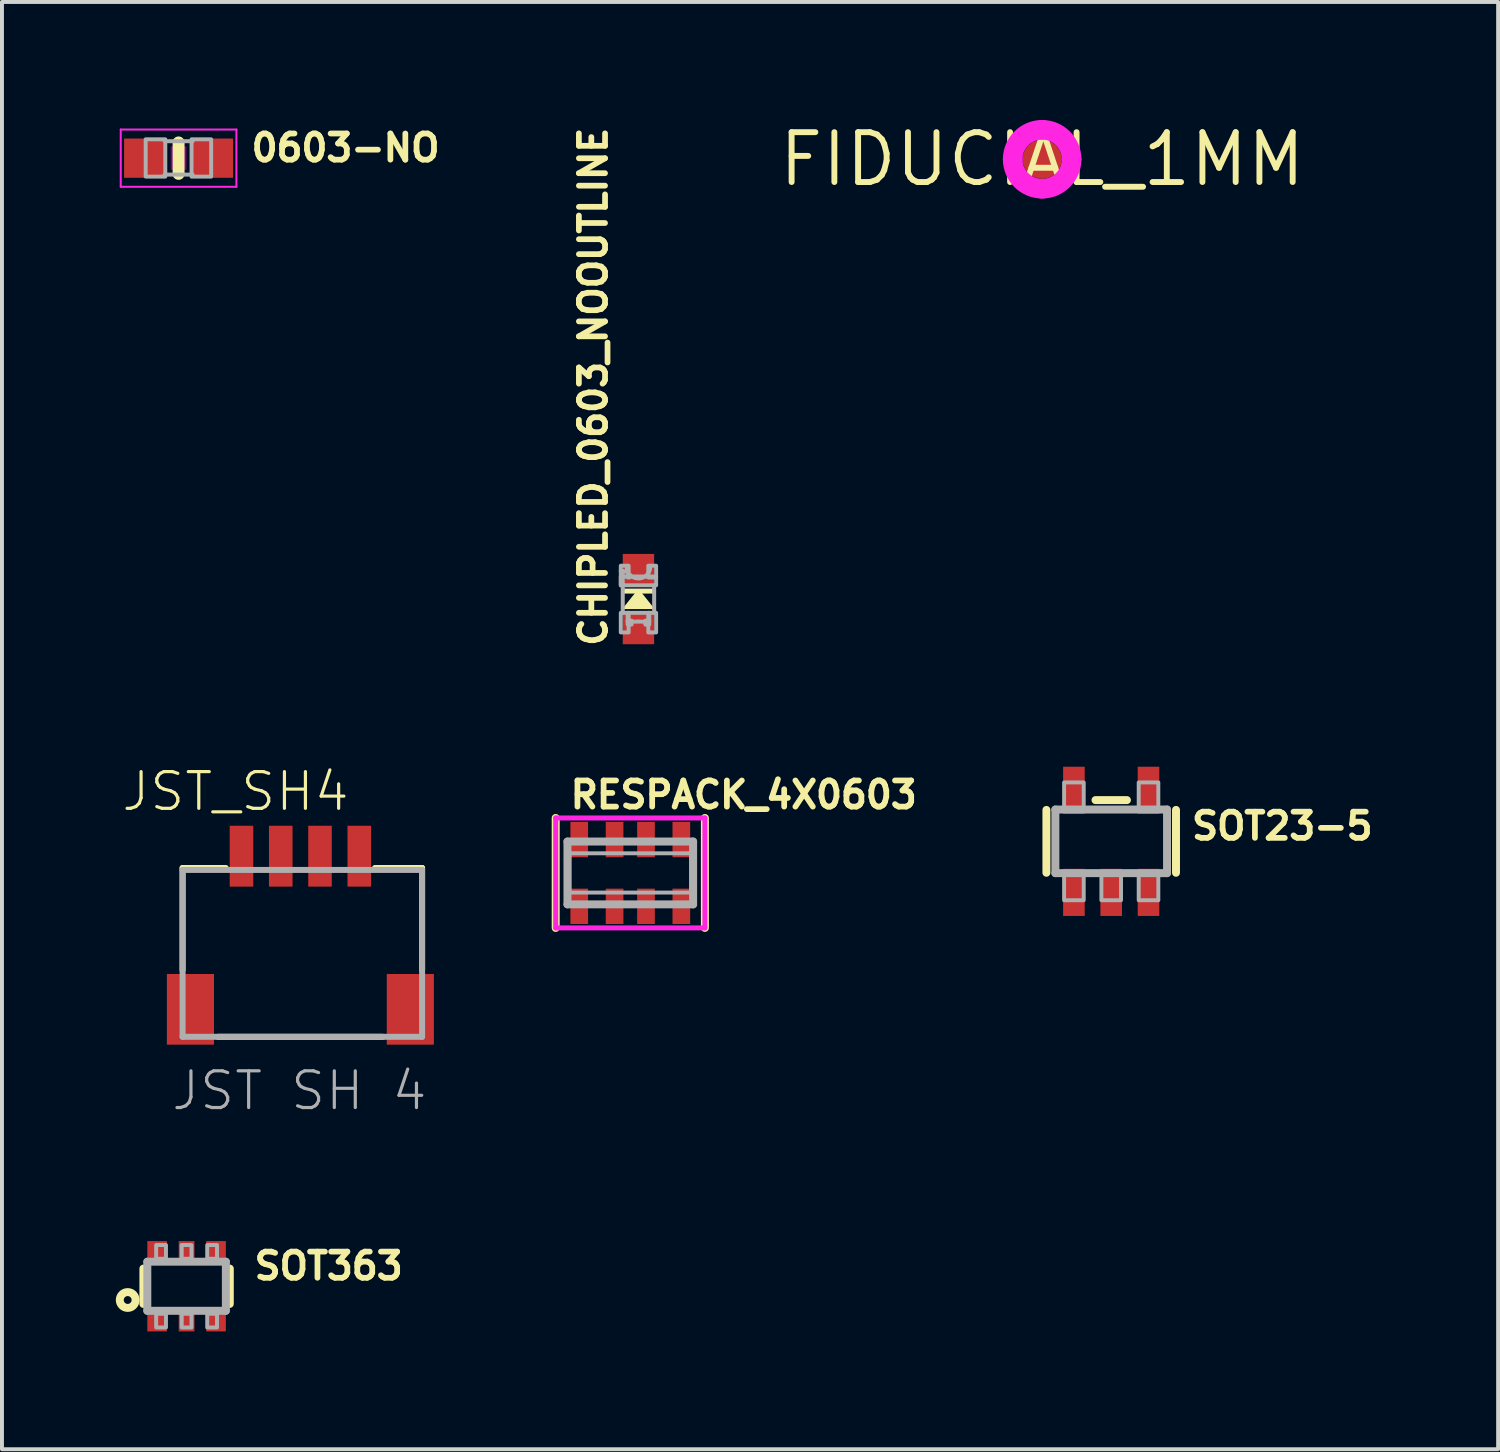
<source format=kicad_pcb>
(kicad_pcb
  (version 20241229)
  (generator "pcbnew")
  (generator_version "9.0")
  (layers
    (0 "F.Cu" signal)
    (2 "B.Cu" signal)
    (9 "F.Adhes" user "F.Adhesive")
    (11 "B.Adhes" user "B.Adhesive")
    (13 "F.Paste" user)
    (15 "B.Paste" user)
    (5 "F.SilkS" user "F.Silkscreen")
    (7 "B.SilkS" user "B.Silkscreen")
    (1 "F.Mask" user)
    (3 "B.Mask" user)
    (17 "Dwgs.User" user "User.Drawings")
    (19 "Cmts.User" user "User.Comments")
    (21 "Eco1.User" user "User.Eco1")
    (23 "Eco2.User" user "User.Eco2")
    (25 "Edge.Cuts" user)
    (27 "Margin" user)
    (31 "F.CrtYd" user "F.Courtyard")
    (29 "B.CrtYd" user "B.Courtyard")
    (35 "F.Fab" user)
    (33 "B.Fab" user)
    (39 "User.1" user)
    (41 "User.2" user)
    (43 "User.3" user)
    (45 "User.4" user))
  (footprint "JST_SH4"
    (layer "F.Cu")
    (at 4.6 21.269)
    (property "Reference" "JST_SH4" (at -4.6 -3.614 0) (layer "F.SilkS") (effects (font (size 0.935 0.935) (thickness 0.081)) (justify left bottom)))
    (fp_line (start -3 -2.214) (end -1.9 -2.214) (stroke (width 0.152) (type solid)) (layer "F.SilkS"))
    (fp_line (start -3 0.386) (end -3 -2.214) (stroke (width 0.152) (type solid)) (layer "F.SilkS"))
    (fp_line (start -2.1 2.086) (end 2.1 2.086) (stroke (width 0.152) (type solid)) (layer "F.SilkS"))
    (fp_line (start 1.9 -2.214) (end 3.1 -2.214) (stroke (width 0.152) (type solid)) (layer "F.SilkS"))
    (fp_line (start 3.1 -2.214) (end 3.1 0.386) (stroke (width 0.152) (type solid)) (layer "F.SilkS"))
    (fp_line (start -3 -2.164) (end 3.1 -2.164) (stroke (width 0.152) (type solid)) (layer "F.Fab"))
    (fp_line (start -3 2.086) (end -3 -2.164) (stroke (width 0.152) (type solid)) (layer "F.Fab"))
    (fp_line (start 3.1 -2.164) (end 3.1 2.086) (stroke (width 0.152) (type solid)) (layer "F.Fab"))
    (fp_line (start 3.1 2.086) (end -3 2.086) (stroke (width 0.152) (type solid)) (layer "F.Fab"))
    (fp_text user "JST SH 4" (at -3.33 4.006 0) (layer "F.Fab") (effects (font (size 0.935 0.935) (thickness 0.081)) (justify left bottom)))
    (pad "1" smd rect (at -1.5 -2.514 90) (size 1.55 0.6) (layers "F.Cu" "F.Mask" "F.Paste"))
    (pad "2" smd rect (at -0.5 -2.514 90) (size 1.55 0.6) (layers "F.Cu" "F.Mask" "F.Paste"))
    (pad "3" smd rect (at 0.5 -2.514 90) (size 1.55 0.6) (layers "F.Cu" "F.Mask" "F.Paste"))
    (pad "4" smd rect (at 1.5 -2.514 90) (size 1.55 0.6) (layers "F.Cu" "F.Mask" "F.Paste"))
    (pad "MT1" smd rect (at -2.8 1.386 90) (size 1.8 1.2) (layers "F.Cu" "F.Mask" "F.Paste"))
    (pad "MT2" smd rect (at 2.8 1.386 90) (size 1.8 1.2) (layers "F.Cu" "F.Mask" "F.Paste")))
  (footprint "0603-NO"
    (layer "F.Cu")
    (at 1.498 0.978)
    (property "Reference" "0603-NO" (at 1.778 0.127 0) (layer "F.SilkS") (effects (font (size 0.666 0.666) (thickness 0.146)) (justify left bottom)))
    (fp_line (start 0 -0.4) (end 0 0.4) (stroke (width 0.305) (type solid)) (layer "F.SilkS"))
    (fp_poly (pts (xy -0.2 0.3) (xy 0.2 0.3) (xy 0.2 -0.3) (xy -0.2 -0.3)) (stroke (width 0) (type solid)) (fill yes) (layer "F.Adhes"))
    (fp_line (start -1.473 -0.729) (end 1.473 -0.729) (stroke (width 0.051) (type solid)) (layer "F.CrtYd"))
    (fp_line (start -1.473 0.729) (end -1.473 -0.729) (stroke (width 0.051) (type solid)) (layer "F.CrtYd"))
    (fp_line (start 1.473 -0.729) (end 1.473 0.729) (stroke (width 0.051) (type solid)) (layer "F.CrtYd"))
    (fp_line (start 1.473 0.729) (end -1.473 0.729) (stroke (width 0.051) (type solid)) (layer "F.CrtYd"))
    (fp_line (start -0.356 -0.432) (end 0.356 -0.432) (stroke (width 0.102) (type solid)) (layer "F.Fab"))
    (fp_line (start -0.356 0.419) (end 0.356 0.419) (stroke (width 0.102) (type solid)) (layer "F.Fab"))
    (fp_poly (pts (xy -0.838 0.47) (xy -0.338 0.47) (xy -0.338 -0.48) (xy -0.838 -0.48)) (stroke (width 0.1) (type solid)) (fill no) (layer "F.Fab"))
    (fp_poly (pts (xy 0.33 0.47) (xy 0.83 0.47) (xy 0.83 -0.48) (xy 0.33 -0.48)) (stroke (width 0.1) (type solid)) (fill no) (layer "F.Fab"))
    (pad "1" smd rect (at -0.85 0) (size 1.075 1) (layers "F.Cu" "F.Mask" "F.Paste"))
    (pad "2" smd rect (at 0.85 0) (size 1.075 1) (layers "F.Cu" "F.Mask" "F.Paste")))
  (footprint "CHIPLED_0603_NOOUTLINE"
    (layer "F.Cu")
    (at 13.21 12.207)
    (property "Reference" "CHIPLED_0603_NOOUTLINE" (at -0.762 1.27 90) (layer "F.SilkS") (effects (font (size 0.666 0.666) (thickness 0.146)) (justify left bottom)))
    (fp_poly (pts (xy 0.413 0.254) (xy -0.413 0.254) (xy 0 -0.262)) (stroke (width 0) (type solid)) (fill yes) (layer "F.SilkS"))
    (fp_poly (pts (xy -0.381 -0.14) (xy 0.381 -0.14) (xy 0.381 -0.267) (xy -0.381 -0.267)) (stroke (width 0) (type solid)) (fill yes) (layer "F.SilkS"))
    (fp_line (start -0.4 -0.375) (end -0.4 0.35) (stroke (width 0.102) (type solid)) (layer "F.Fab"))
    (fp_line (start 0.4 -0.35) (end 0.4 0.35) (stroke (width 0.102) (type solid)) (layer "F.Fab"))
    (fp_arc (start -0.275 0.825) (mid 0 0.55) (end 0.275 0.825) (stroke (width 0.0508) (type solid)) (layer "F.Fab"))
    (fp_arc (start 0.3 -0.799998) (mid -0.000001 -0.524966) (end -0.3 -0.8) (stroke (width 0.1016) (type solid)) (layer "F.Fab"))
    (fp_circle (center -0.35 -0.625) (end -0.275 -0.625) (stroke (width 0.051) (type solid)) (fill no) (layer "F.Fab"))
    (fp_poly (pts (xy -0.45 -0.7) (xy -0.25 -0.7) (xy -0.25 -0.85) (xy -0.45 -0.85)) (stroke (width 0.1) (type solid)) (fill no) (layer "F.Fab"))
    (fp_poly (pts (xy -0.45 -0.35) (xy -0.4 -0.35) (xy -0.4 -0.725) (xy -0.45 -0.725)) (stroke (width 0.1) (type solid)) (fill no) (layer "F.Fab"))
    (fp_poly (pts (xy -0.45 -0.35) (xy 0.45 -0.35) (xy 0.45 -0.575) (xy -0.45 -0.575)) (stroke (width 0.1) (type solid)) (fill no) (layer "F.Fab"))
    (fp_poly (pts (xy -0.45 0.85) (xy -0.25 0.85) (xy -0.25 0.35) (xy -0.45 0.35)) (stroke (width 0.1) (type solid)) (fill no) (layer "F.Fab"))
    (fp_poly (pts (xy -0.275 -0.55) (xy -0.225 -0.55) (xy -0.225 -0.6) (xy -0.275 -0.6)) (stroke (width 0.1) (type solid)) (fill no) (layer "F.Fab"))
    (fp_poly (pts (xy -0.275 0.575) (xy 0.275 0.575) (xy 0.275 0.35) (xy -0.275 0.35)) (stroke (width 0.1) (type solid)) (fill no) (layer "F.Fab"))
    (fp_poly (pts (xy -0.275 0.65) (xy -0.175 0.65) (xy -0.175 0.55) (xy -0.275 0.55)) (stroke (width 0.1) (type solid)) (fill no) (layer "F.Fab"))
    (fp_poly (pts (xy 0.175 0.65) (xy 0.275 0.65) (xy 0.275 0.55) (xy 0.175 0.55)) (stroke (width 0.1) (type solid)) (fill no) (layer "F.Fab"))
    (fp_poly (pts (xy 0.25 -0.55) (xy 0.45 -0.55) (xy 0.45 -0.85) (xy 0.25 -0.85)) (stroke (width 0.1) (type solid)) (fill no) (layer "F.Fab"))
    (fp_poly (pts (xy 0.25 0.85) (xy 0.45 0.85) (xy 0.45 0.35) (xy 0.25 0.35)) (stroke (width 0.1) (type solid)) (fill no) (layer "F.Fab"))
    (pad "A" smd rect (at 0 0.75) (size 0.8 0.8) (layers "F.Cu" "F.Mask" "F.Paste"))
    (pad "C" smd rect (at 0 -0.75) (size 0.8 0.8) (layers "F.Cu" "F.Mask" "F.Paste")))
  (footprint "SOT363"
    (layer "F.Cu")
    (at 1.702 29.708)
    (property "Reference" "SOT363" (at 1.651 -0.127 0) (layer "F.SilkS") (effects (font (size 0.666 0.666) (thickness 0.146)) (justify left bottom)))
    (fp_line (start -1.1 -0.45) (end -1.1 0.45) (stroke (width 0.203) (type solid)) (layer "F.SilkS"))
    (fp_line (start 1.1 -0.45) (end 1.1 0.45) (stroke (width 0.203) (type solid)) (layer "F.SilkS"))
    (fp_circle (center -1.5 0.35) (end -1.4 0.35) (stroke (width 0.203) (type solid)) (fill no) (layer "F.SilkS"))
    (fp_line (start -1 -0.625) (end 1 -0.625) (stroke (width 0.203) (type solid)) (layer "F.Fab"))
    (fp_line (start -1 0.625) (end -1 -0.625) (stroke (width 0.203) (type solid)) (layer "F.Fab"))
    (fp_line (start 1 -0.625) (end 1 0.625) (stroke (width 0.203) (type solid)) (layer "F.Fab"))
    (fp_line (start 1 0.625) (end -1 0.625) (stroke (width 0.203) (type solid)) (layer "F.Fab"))
    (fp_poly (pts (xy -0.775 -0.7) (xy -0.525 -0.7) (xy -0.525 -1.05) (xy -0.775 -1.05)) (stroke (width 0.1) (type solid)) (fill no) (layer "F.Fab"))
    (fp_poly (pts (xy -0.775 1.05) (xy -0.525 1.05) (xy -0.525 0.7) (xy -0.775 0.7)) (stroke (width 0.1) (type solid)) (fill no) (layer "F.Fab"))
    (fp_poly (pts (xy -0.125 -0.7) (xy 0.125 -0.7) (xy 0.125 -1.05) (xy -0.125 -1.05)) (stroke (width 0.1) (type solid)) (fill no) (layer "F.Fab"))
    (fp_poly (pts (xy -0.125 1.05) (xy 0.125 1.05) (xy 0.125 0.7) (xy -0.125 0.7)) (stroke (width 0.1) (type solid)) (fill no) (layer "F.Fab"))
    (fp_poly (pts (xy 0.525 -0.7) (xy 0.775 -0.7) (xy 0.775 -1.05) (xy 0.525 -1.05)) (stroke (width 0.1) (type solid)) (fill no) (layer "F.Fab"))
    (fp_poly (pts (xy 0.525 1.05) (xy 0.775 1.05) (xy 0.775 0.7) (xy 0.525 0.7)) (stroke (width 0.1) (type solid)) (fill no) (layer "F.Fab"))
    (pad "1" smd rect (at -0.75 0.9) (size 0.5 0.5) (layers "F.Cu" "F.Mask" "F.Paste"))
    (pad "2" smd rect (at 0 0.9) (size 0.4 0.5) (layers "F.Cu" "F.Mask" "F.Paste"))
    (pad "3" smd rect (at 0.75 0.9) (size 0.5 0.5) (layers "F.Cu" "F.Mask" "F.Paste"))
    (pad "4" smd rect (at 0.75 -0.9) (size 0.5 0.5) (layers "F.Cu" "F.Mask" "F.Paste"))
    (pad "5" smd rect (at 0 -0.9) (size 0.4 0.5) (layers "F.Cu" "F.Mask" "F.Paste"))
    (pad "6" smd rect (at -0.75 -0.9) (size 0.5 0.5) (layers "F.Cu" "F.Mask" "F.Paste")))
  (footprint "SOT23-5"
    (layer "F.Cu")
    (at 25.25 18.377)
    (property "Reference" "SOT23-5" (at 1.978 0 0) (layer "F.SilkS") (effects (font (size 0.666 0.666) (thickness 0.146)) (justify left bottom)))
    (fp_line (start -1.65 -0.8) (end -1.65 0.8) (stroke (width 0.203) (type solid)) (layer "F.SilkS"))
    (fp_line (start -0.4 -1.05) (end 0.4 -1.05) (stroke (width 0.203) (type solid)) (layer "F.SilkS"))
    (fp_line (start 1.65 -0.8) (end 1.65 0.8) (stroke (width 0.203) (type solid)) (layer "F.SilkS"))
    (fp_line (start -1.422 -0.81) (end 1.422 -0.81) (stroke (width 0.203) (type solid)) (layer "F.Fab"))
    (fp_line (start -1.422 0.81) (end -1.422 -0.81) (stroke (width 0.203) (type solid)) (layer "F.Fab"))
    (fp_line (start 1.422 -0.81) (end 1.422 0.81) (stroke (width 0.203) (type solid)) (layer "F.Fab"))
    (fp_line (start 1.422 0.81) (end -1.422 0.81) (stroke (width 0.203) (type solid)) (layer "F.Fab"))
    (fp_poly (pts (xy -1.2 -0.85) (xy -0.7 -0.85) (xy -0.7 -1.5) (xy -1.2 -1.5)) (stroke (width 0.1) (type solid)) (fill no) (layer "F.Fab"))
    (fp_poly (pts (xy -1.2 1.5) (xy -0.7 1.5) (xy -0.7 0.85) (xy -1.2 0.85)) (stroke (width 0.1) (type solid)) (fill no) (layer "F.Fab"))
    (fp_poly (pts (xy -0.25 1.5) (xy 0.25 1.5) (xy 0.25 0.85) (xy -0.25 0.85)) (stroke (width 0.1) (type solid)) (fill no) (layer "F.Fab"))
    (fp_poly (pts (xy 0.7 -0.85) (xy 1.2 -0.85) (xy 1.2 -1.5) (xy 0.7 -1.5)) (stroke (width 0.1) (type solid)) (fill no) (layer "F.Fab"))
    (fp_poly (pts (xy 0.7 1.5) (xy 1.2 1.5) (xy 1.2 0.85) (xy 0.7 0.85)) (stroke (width 0.1) (type solid)) (fill no) (layer "F.Fab"))
    (pad "1" smd rect (at -0.95 1.3) (size 0.55 1.2) (layers "F.Cu" "F.Mask" "F.Paste"))
    (pad "2" smd rect (at 0 1.3) (size 0.55 1.2) (layers "F.Cu" "F.Mask" "F.Paste"))
    (pad "3" smd rect (at 0.95 1.3) (size 0.55 1.2) (layers "F.Cu" "F.Mask" "F.Paste"))
    (pad "4" smd rect (at 0.95 -1.3) (size 0.55 1.2) (layers "F.Cu" "F.Mask" "F.Paste"))
    (pad "5" smd rect (at -0.95 -1.3) (size 0.55 1.2) (layers "F.Cu" "F.Mask" "F.Paste")))
  (footprint "RESPACK_4X0603"
    (layer "F.Cu")
    (at 13.002 19.182)
    (property "Reference" "RESPACK_4X0603" (at -1.6 -1.6 0) (layer "F.SilkS") (effects (font (size 0.666 0.666) (thickness 0.146)) (justify left bottom)))
    (fp_line (start -1.9 1.4) (end -1.9 -1.4) (stroke (width 0.203) (type solid)) (layer "F.SilkS"))
    (fp_line (start 1.9 -1.4) (end 1.9 1.4) (stroke (width 0.203) (type solid)) (layer "F.SilkS"))
    (fp_line (start -1.9 -1.4) (end 1.9 -1.4) (stroke (width 0.127) (type solid)) (layer "F.CrtYd"))
    (fp_line (start -1.9 1.4) (end -1.9 -1.4) (stroke (width 0.127) (type solid)) (layer "F.CrtYd"))
    (fp_line (start -1.9 1.4) (end 1.9 1.4) (stroke (width 0.127) (type solid)) (layer "F.CrtYd"))
    (fp_line (start 1.9 -1.4) (end 1.9 1.4) (stroke (width 0.127) (type solid)) (layer "F.CrtYd"))
    (fp_line (start -1.6 -0.8) (end 1.6 -0.8) (stroke (width 0.203) (type solid)) (layer "F.Fab"))
    (fp_line (start -1.6 0.8) (end -1.6 -0.8) (stroke (width 0.203) (type solid)) (layer "F.Fab"))
    (fp_line (start 1.6 -0.8) (end 1.6 0.8) (stroke (width 0.203) (type solid)) (layer "F.Fab"))
    (fp_line (start 1.6 0.8) (end -1.6 0.8) (stroke (width 0.203) (type solid)) (layer "F.Fab"))
    (fp_poly (pts (xy -1.55 0.5) (xy 1.55 0.5) (xy 1.55 -0.5) (xy -1.55 -0.5)) (stroke (width 0.1) (type solid)) (fill no) (layer "F.Fab"))
    (pad "1" smd rect (at -1.3 0.85) (size 0.45 0.9) (layers "F.Cu" "F.Mask" "F.Paste"))
    (pad "2" smd rect (at -0.4 0.85) (size 0.45 0.9) (layers "F.Cu" "F.Mask" "F.Paste"))
    (pad "3" smd rect (at 0.4 0.85) (size 0.45 0.9) (layers "F.Cu" "F.Mask" "F.Paste"))
    (pad "4" smd rect (at 1.3 0.85) (size 0.45 0.9) (layers "F.Cu" "F.Mask" "F.Paste"))
    (pad "5" smd rect (at 1.3 -0.85) (size 0.45 0.9) (layers "F.Cu" "F.Mask" "F.Paste"))
    (pad "6" smd rect (at 0.4 -0.85) (size 0.45 0.9) (layers "F.Cu" "F.Mask" "F.Paste"))
    (pad "7" smd rect (at -0.4 -0.85) (size 0.45 0.9) (layers "F.Cu" "F.Mask" "F.Paste"))
    (pad "8" smd rect (at -1.3 -0.85) (size 0.45 0.9) (layers "F.Cu" "F.Mask" "F.Paste")))
  (footprint "FIDUCIAL_1MM"
    (layer "F.Cu")
    (at 23.491 1.006)
    (property "Reference" "FIDUCIAL_1MM" (at 0 0 0) (layer "F.SilkS") (effects (font (size 1.27 1.27) (thickness 0.15))))
    (fp_arc (start -0.75 0) (mid -0.53033 -0.53033) (end 0 -0.75) (stroke (width 0.4699) (type solid)) (layer "F.Mask"))
    (fp_arc (start 0 -0.75) (mid 0.53033 -0.53033) (end 0.75 0) (stroke (width 0.4699) (type solid)) (layer "F.Mask"))
    (fp_arc (start 0 0.75) (mid -0.53033 0.53033) (end -0.75 0) (stroke (width 0.4699) (type solid)) (layer "F.Mask"))
    (fp_arc (start 0.75 0) (mid 0.53033 0.53033) (end 0 0.75) (stroke (width 0.4699) (type solid)) (layer "F.Mask"))
    (fp_arc (start -0.75 0) (mid -0.53033 -0.53033) (end 0 -0.75) (stroke (width 0.5) (type solid)) (layer "F.CrtYd"))
    (fp_arc (start 0 -0.75) (mid 0.53033 -0.53033) (end 0.75 0) (stroke (width 0.5) (type solid)) (layer "F.CrtYd"))
    (fp_arc (start 0 0.75) (mid -0.53033 0.53033) (end -0.75 0) (stroke (width 0.5) (type solid)) (layer "F.CrtYd"))
    (fp_arc (start 0.75 0) (mid 0.53033 0.53033) (end 0 0.75) (stroke (width 0.5) (type solid)) (layer "F.CrtYd"))
    (pad "1" smd roundrect (at 0 0) (size 1 1) (layers "F.Cu" "F.Mask") (roundrect_rratio 0.5)))
  (gr_rect
    (start -3 -3)
    (end 35.104 33.858)
    (stroke (width 0.1) (type default))
    (fill no)
    (layer "Edge.Cuts")))
</source>
